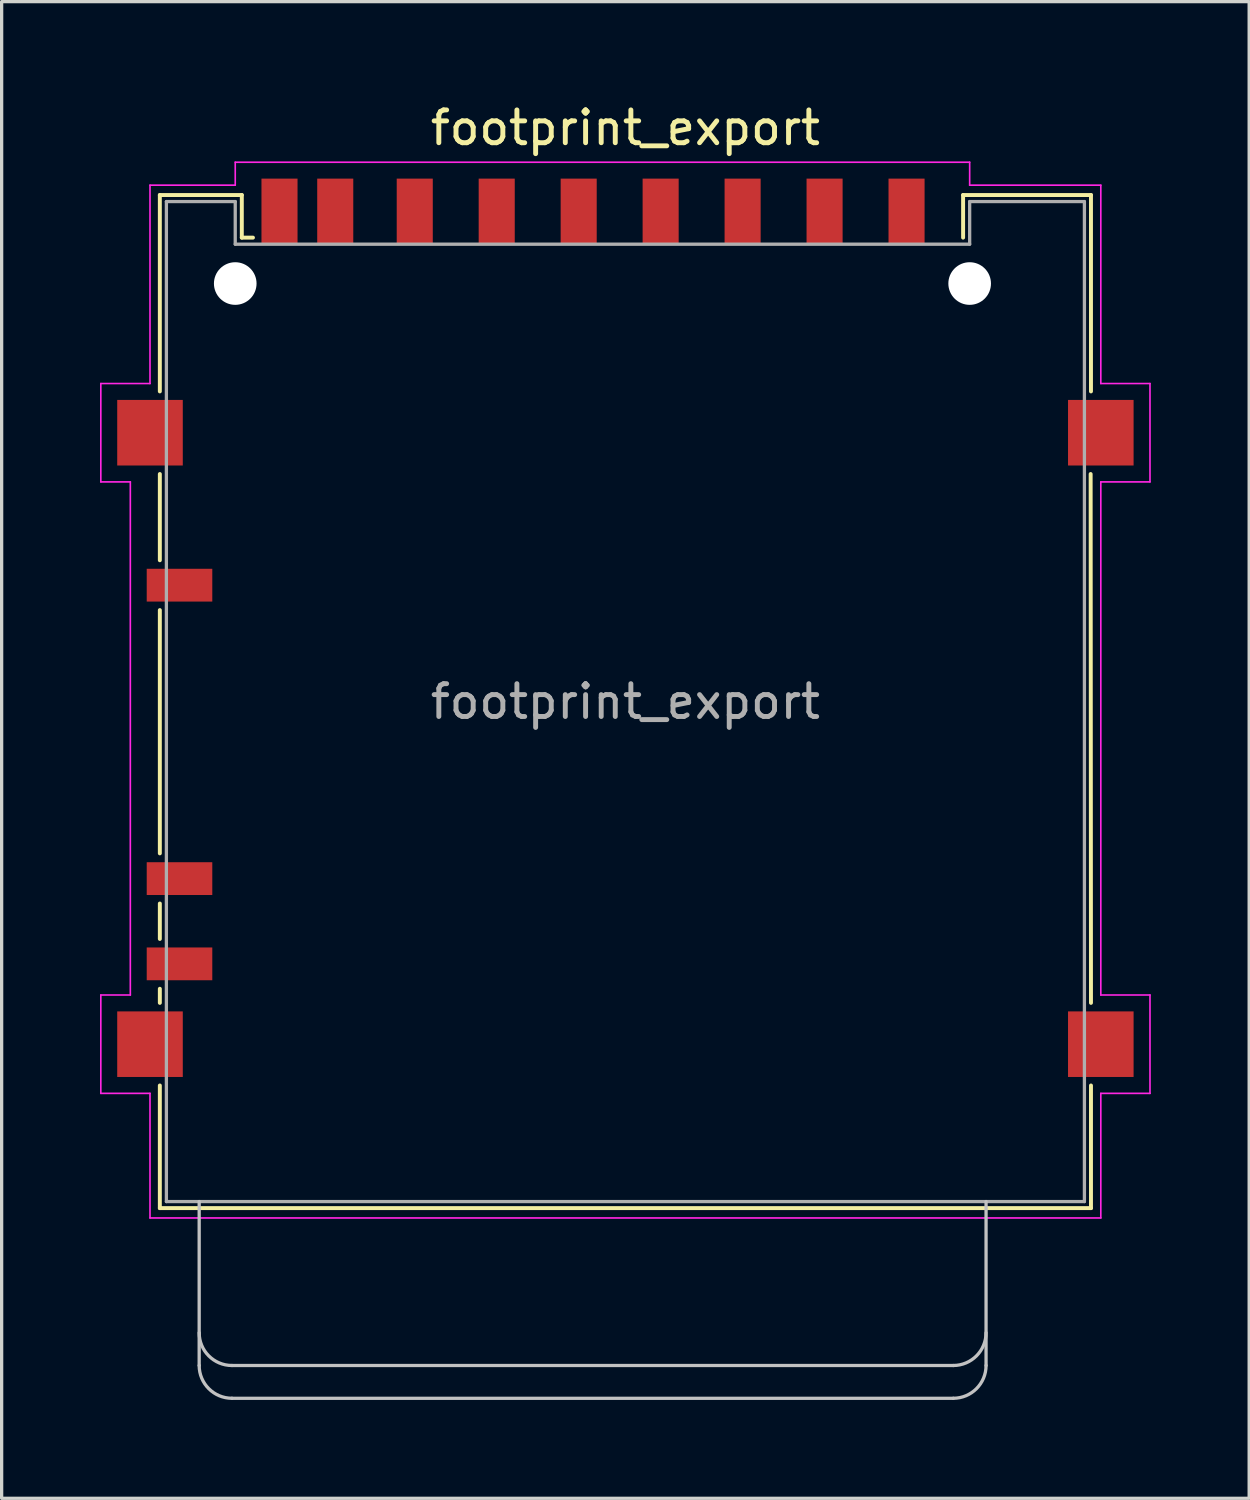
<source format=kicad_pcb>
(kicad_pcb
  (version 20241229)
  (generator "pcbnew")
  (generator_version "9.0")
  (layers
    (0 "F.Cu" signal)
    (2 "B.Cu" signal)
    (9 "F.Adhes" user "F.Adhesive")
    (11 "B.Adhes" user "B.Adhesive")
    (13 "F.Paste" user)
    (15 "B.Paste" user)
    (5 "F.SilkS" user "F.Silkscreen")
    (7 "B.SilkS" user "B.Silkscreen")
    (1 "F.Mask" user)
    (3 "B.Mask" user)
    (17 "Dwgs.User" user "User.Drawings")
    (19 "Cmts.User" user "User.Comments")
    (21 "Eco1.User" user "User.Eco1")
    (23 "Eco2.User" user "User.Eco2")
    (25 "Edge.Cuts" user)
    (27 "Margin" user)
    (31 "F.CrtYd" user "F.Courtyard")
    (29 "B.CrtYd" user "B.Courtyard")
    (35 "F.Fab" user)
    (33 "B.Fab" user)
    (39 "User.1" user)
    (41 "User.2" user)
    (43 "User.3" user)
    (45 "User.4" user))
  (footprint "footprint_export"
    (layer "F.Cu")
    (at 16.025 18.348)
    (property "Reference" "footprint_export" (at 0 -17.5 0) (layer "F.SilkS") (effects (font (size 1 1) (thickness 0.15))))
    (attr smd)
    (fp_line (start -14.2 -15.45) (end -11.7 -15.45) (stroke (width 0.12) (type solid)) (layer "F.SilkS"))
    (fp_line (start -14.2 -9.46) (end -14.2 -15.45) (stroke (width 0.12) (type solid)) (layer "F.SilkS"))
    (fp_line (start -14.2 -4.31) (end -14.2 -6.94) (stroke (width 0.12) (type solid)) (layer "F.SilkS"))
    (fp_line (start -14.2 4.63) (end -14.2 -2.79) (stroke (width 0.12) (type solid)) (layer "F.SilkS"))
    (fp_line (start -14.2 7.24) (end -14.2 6.16) (stroke (width 0.12) (type solid)) (layer "F.SilkS"))
    (fp_line (start -14.2 9.19) (end -14.2 8.76) (stroke (width 0.12) (type solid)) (layer "F.SilkS"))
    (fp_line (start -14.2 15.45) (end -14.2 11.71) (stroke (width 0.12) (type solid)) (layer "F.SilkS"))
    (fp_line (start -11.7 -15.45) (end -11.7 -14.15) (stroke (width 0.12) (type solid)) (layer "F.SilkS"))
    (fp_line (start -11.7 -14.15) (end -11.36 -14.15) (stroke (width 0.12) (type solid)) (layer "F.SilkS"))
    (fp_line (start 10.3 -15.45) (end 10.3 -14.15) (stroke (width 0.12) (type solid)) (layer "F.SilkS"))
    (fp_line (start 14.19 -6.94) (end 14.2 9.19) (stroke (width 0.12) (type solid)) (layer "F.SilkS"))
    (fp_line (start 14.2 -15.45) (end 10.3 -15.45) (stroke (width 0.12) (type solid)) (layer "F.SilkS"))
    (fp_line (start 14.2 -15.45) (end 14.2 -9.46) (stroke (width 0.12) (type solid)) (layer "F.SilkS"))
    (fp_line (start 14.2 11.71) (end 14.2 15.45) (stroke (width 0.12) (type solid)) (layer "F.SilkS"))
    (fp_line (start 14.2 15.45) (end -14.2 15.45) (stroke (width 0.12) (type solid)) (layer "F.SilkS"))
    (fp_line (start -13 20.25) (end -13 15.25) (stroke (width 0.1) (type solid)) (layer "Dwgs.User"))
    (fp_line (start 10 20.25) (end -12 20.25) (stroke (width 0.1) (type solid)) (layer "Dwgs.User"))
    (fp_line (start 10 21.25) (end -12 21.25) (stroke (width 0.1) (type solid)) (layer "Dwgs.User"))
    (fp_line (start 11 20.25) (end 11 15.25) (stroke (width 0.1) (type solid)) (layer "Dwgs.User"))
    (fp_arc (start -12 20.25) (mid -12.707107 19.957107) (end -13 19.25) (stroke (width 0.1) (type solid)) (layer "Dwgs.User"))
    (fp_arc (start -12 21.25) (mid -12.707107 20.957107) (end -13 20.25) (stroke (width 0.1) (type solid)) (layer "Dwgs.User"))
    (fp_arc (start 11 19.25) (mid 10.707107 19.957107) (end 10 20.25) (stroke (width 0.1) (type solid)) (layer "Dwgs.User"))
    (fp_arc (start 11 20.25) (mid 10.707107 20.957107) (end 10 21.25) (stroke (width 0.1) (type solid)) (layer "Dwgs.User"))
    (fp_line (start -16 -9.7) (end -16 -6.7) (stroke (width 0.05) (type solid)) (layer "F.CrtYd"))
    (fp_line (start -16 -6.7) (end -15.1 -6.7) (stroke (width 0.05) (type solid)) (layer "F.CrtYd"))
    (fp_line (start -16 8.95) (end -16 11.95) (stroke (width 0.05) (type solid)) (layer "F.CrtYd"))
    (fp_line (start -16 11.95) (end -14.5 11.95) (stroke (width 0.05) (type solid)) (layer "F.CrtYd"))
    (fp_line (start -15.1 -6.7) (end -15.1 8.95) (stroke (width 0.05) (type solid)) (layer "F.CrtYd"))
    (fp_line (start -15.1 8.95) (end -16 8.95) (stroke (width 0.05) (type solid)) (layer "F.CrtYd"))
    (fp_line (start -14.5 -15.75) (end -14.5 -9.7) (stroke (width 0.05) (type solid)) (layer "F.CrtYd"))
    (fp_line (start -14.5 -15.75) (end -11.9 -15.75) (stroke (width 0.05) (type solid)) (layer "F.CrtYd"))
    (fp_line (start -14.5 -9.7) (end -16 -9.7) (stroke (width 0.05) (type solid)) (layer "F.CrtYd"))
    (fp_line (start -14.5 11.95) (end -14.5 15.75) (stroke (width 0.05) (type solid)) (layer "F.CrtYd"))
    (fp_line (start -11.9 -16.45) (end 10.5 -16.45) (stroke (width 0.05) (type solid)) (layer "F.CrtYd"))
    (fp_line (start -11.9 -15.75) (end -11.9 -16.45) (stroke (width 0.05) (type solid)) (layer "F.CrtYd"))
    (fp_line (start 10.5 -16.45) (end 10.5 -15.75) (stroke (width 0.05) (type solid)) (layer "F.CrtYd"))
    (fp_line (start 10.5 -15.75) (end 14.5 -15.75) (stroke (width 0.05) (type solid)) (layer "F.CrtYd"))
    (fp_line (start 14.5 -15.75) (end 14.5 -9.7) (stroke (width 0.05) (type solid)) (layer "F.CrtYd"))
    (fp_line (start 14.5 -9.7) (end 16 -9.7) (stroke (width 0.05) (type solid)) (layer "F.CrtYd"))
    (fp_line (start 14.5 -6.7) (end 14.5 8.95) (stroke (width 0.05) (type solid)) (layer "F.CrtYd"))
    (fp_line (start 14.5 8.95) (end 16 8.95) (stroke (width 0.05) (type solid)) (layer "F.CrtYd"))
    (fp_line (start 14.5 11.95) (end 14.5 15.75) (stroke (width 0.05) (type solid)) (layer "F.CrtYd"))
    (fp_line (start 14.5 15.75) (end -14.5 15.75) (stroke (width 0.05) (type solid)) (layer "F.CrtYd"))
    (fp_line (start 16 -9.7) (end 16 -6.7) (stroke (width 0.05) (type solid)) (layer "F.CrtYd"))
    (fp_line (start 16 -6.7) (end 14.5 -6.7) (stroke (width 0.05) (type solid)) (layer "F.CrtYd"))
    (fp_line (start 16 8.95) (end 16 11.95) (stroke (width 0.05) (type solid)) (layer "F.CrtYd"))
    (fp_line (start 16 11.95) (end 14.5 11.95) (stroke (width 0.05) (type solid)) (layer "F.CrtYd"))
    (fp_line (start -14 -15.25) (end -14 15.25) (stroke (width 0.1) (type solid)) (layer "F.Fab"))
    (fp_line (start -14 -15.25) (end -11.9 -15.25) (stroke (width 0.1) (type solid)) (layer "F.Fab"))
    (fp_line (start -11.9 -13.95) (end -11.9 -15.25) (stroke (width 0.1) (type solid)) (layer "F.Fab"))
    (fp_line (start 10.5 -15.25) (end 10.5 -13.95) (stroke (width 0.1) (type solid)) (layer "F.Fab"))
    (fp_line (start 10.5 -13.95) (end -11.9 -13.95) (stroke (width 0.1) (type solid)) (layer "F.Fab"))
    (fp_line (start 14 -15.25) (end 10.5 -15.25) (stroke (width 0.1) (type solid)) (layer "F.Fab"))
    (fp_line (start 14 15.25) (end -14 15.25) (stroke (width 0.1) (type solid)) (layer "F.Fab"))
    (fp_line (start 14 15.25) (end 14 -15.25) (stroke (width 0.1) (type solid)) (layer "F.Fab"))
    (fp_text user "${REFERENCE}" (at 0 0 0) (layer "F.Fab") (effects (font (size 1 1) (thickness 0.15))))
    (pad "" np_thru_hole circle (at -11.9 -12.75) (size 1.3 1.3) (drill 1.3) (layers "*.Cu" "*.Mask"))
    (pad "" np_thru_hole circle (at 10.5 -12.75) (size 1.3 1.3) (drill 1.3) (layers "*.Cu" "*.Mask"))
    (pad "1" smd rect (at 6.075 -14.95) (size 1.1 2) (layers "F.Cu" "F.Mask" "F.Paste"))
    (pad "2" smd rect (at 3.575 -14.95) (size 1.1 2) (layers "F.Cu" "F.Mask" "F.Paste"))
    (pad "3" smd rect (at 1.075 -14.95) (size 1.1 2) (layers "F.Cu" "F.Mask" "F.Paste"))
    (pad "4" smd rect (at -1.425 -14.95) (size 1.1 2) (layers "F.Cu" "F.Mask" "F.Paste"))
    (pad "5" smd rect (at -3.925 -14.95) (size 1.1 2) (layers "F.Cu" "F.Mask" "F.Paste"))
    (pad "6" smd rect (at -6.425 -14.95) (size 1.1 2) (layers "F.Cu" "F.Mask" "F.Paste"))
    (pad "7" smd rect (at -8.85 -14.95) (size 1.1 2) (layers "F.Cu" "F.Mask" "F.Paste"))
    (pad "8" smd rect (at -10.55 -14.95) (size 1.1 2) (layers "F.Cu" "F.Mask" "F.Paste"))
    (pad "9" smd rect (at 8.575 -14.95) (size 1.1 2) (layers "F.Cu" "F.Mask" "F.Paste"))
    (pad "CP" smd rect (at -13.6 -3.55) (size 2 1) (layers "F.Cu" "F.Mask" "F.Paste"))
    (pad "SH" smd rect (at -14.5 -8.2) (size 2 2) (layers "F.Cu" "F.Mask" "F.Paste"))
    (pad "SH" smd rect (at -14.5 10.45) (size 2 2) (layers "F.Cu" "F.Mask" "F.Paste"))
    (pad "SH" smd rect (at 14.5 -8.2) (size 2 2) (layers "F.Cu" "F.Mask" "F.Paste"))
    (pad "SH" smd rect (at 14.5 10.45) (size 2 2) (layers "F.Cu" "F.Mask" "F.Paste"))
    (pad "SW" smd rect (at -13.6 8) (size 2 1) (layers "F.Cu" "F.Mask" "F.Paste"))
    (pad "WP" smd rect (at -13.6 5.4) (size 2 1) (layers "F.Cu" "F.Mask" "F.Paste")))
  (gr_rect
    (start -3 -3)
    (end 35.05 42.648)
    (stroke (width 0.1) (type default))
    (fill no)
    (layer "Edge.Cuts")))
</source>
